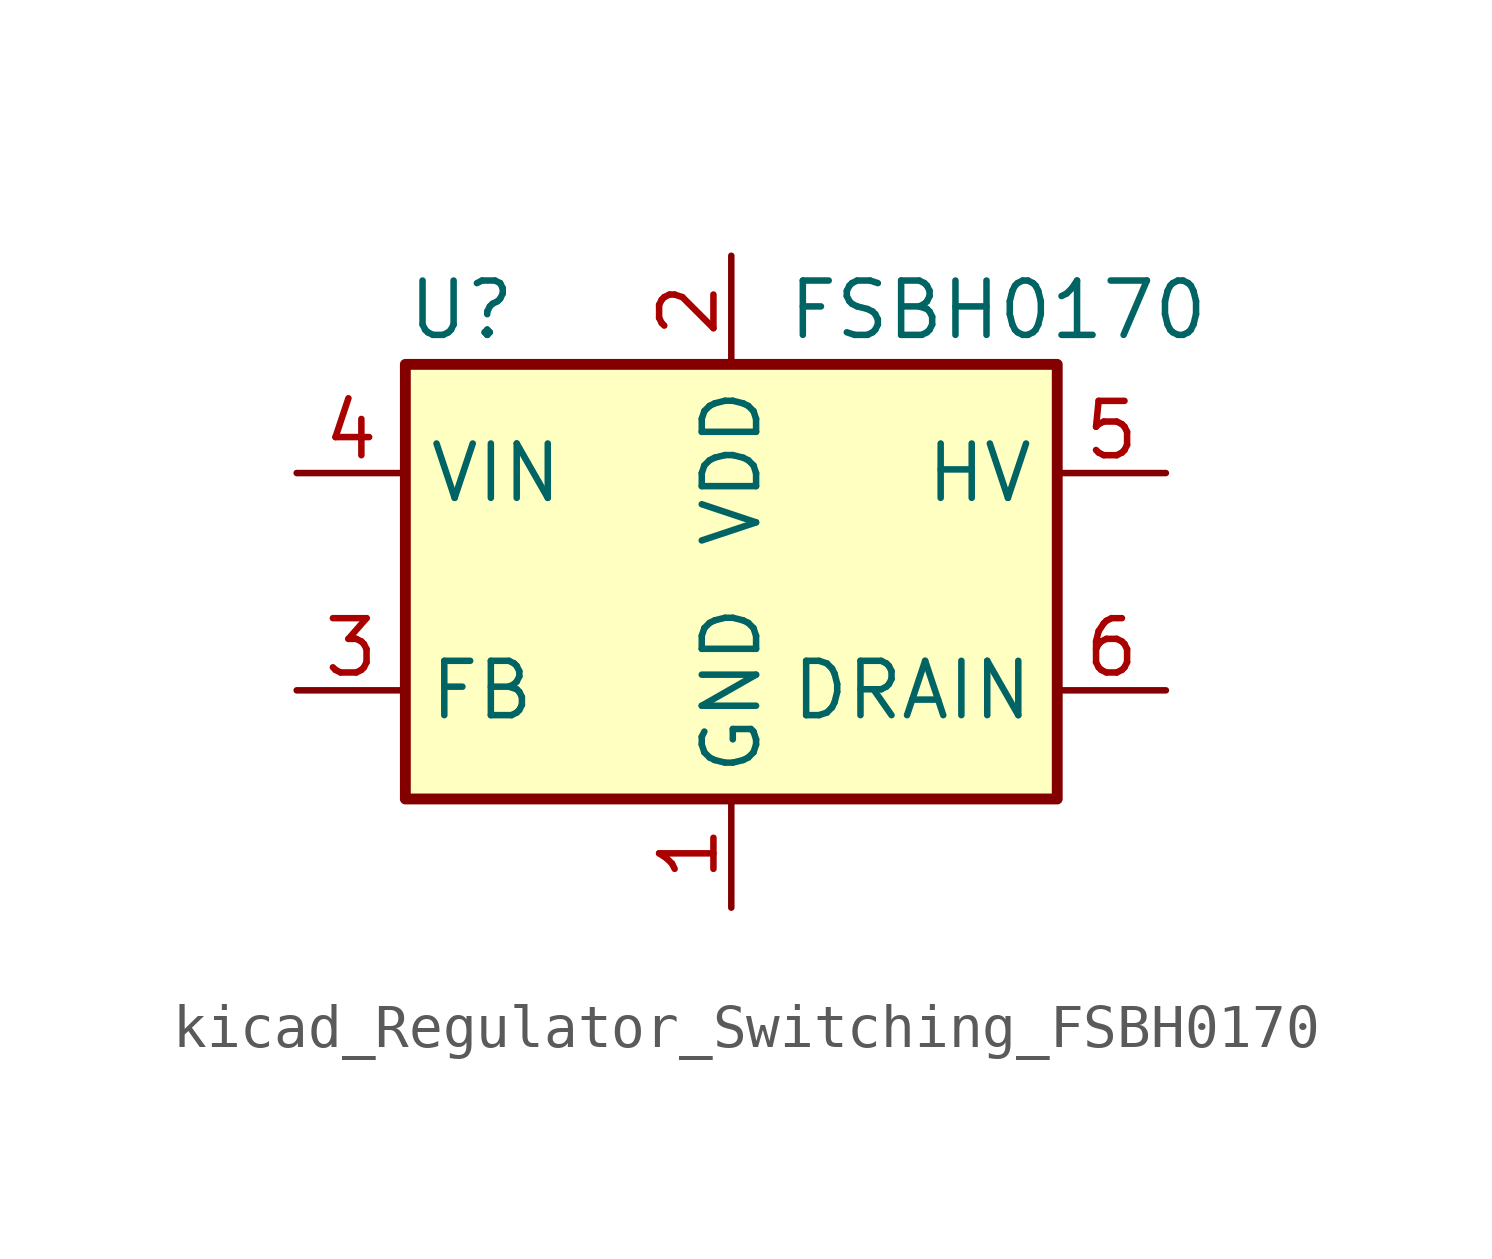
<source format=kicad_sym>
(kicad_symbol_lib
  (version 20220914)
  (generator kicad_symbol_editor)
  (symbol "kicad_Regulator_Switching_FSBH0170"
    (property "Reference" "U"
      (at -7.62 6.35 0)
      (effects (font (size 1.27 1.27)) (justify left)))
    (property "Value" "FSBH0170"
      (at 1.27 6.35 0)
      (effects (font (size 1.27 1.27)) (justify left)))
    (symbol "kicad_Regulator_Switching_FSBH0170_0_1"
      (rectangle (start -7.62 5.08) (end 7.62 -5.08) (stroke (width 0.254) (type default)) (fill (type background))))
    (symbol "kicad_Regulator_Switching_FSBH0170_1_1"
      (pin power_in line (at 0 -7.62 90) (length 2.54) (name "GND" (effects (font (size 1.27 1.27)))) (number "1" (effects (font (size 1.27 1.27)))))
      (pin power_in line (at 0 7.62 270) (length 2.54) (name "VDD" (effects (font (size 1.27 1.27)))) (number "2" (effects (font (size 1.27 1.27)))))
      (pin input line (at -10.16 -2.54 0) (length 2.54) (name "FB" (effects (font (size 1.27 1.27)))) (number "3" (effects (font (size 1.27 1.27)))))
      (pin input line (at -10.16 2.54 0) (length 2.54) (name "VIN" (effects (font (size 1.27 1.27)))) (number "4" (effects (font (size 1.27 1.27)))))
      (pin input line (at 10.16 2.54 180) (length 2.54) (name "HV" (effects (font (size 1.27 1.27)))) (number "5" (effects (font (size 1.27 1.27)))))
      (pin open_collector line (at 10.16 -2.54 180) (length 2.54) (name "DRAIN" (effects (font (size 1.27 1.27)))) (number "6" (effects (font (size 1.27 1.27)))))
      (pin open_collector line (at 10.16 -2.54 180) (length 2.54) hide (name "DRAIN" (effects (font (size 1.27 1.27)))) (number "7" (effects (font (size 1.27 1.27)))))
      (pin open_collector line (at 10.16 -2.54 180) (length 2.54) hide (name "DRAIN" (effects (font (size 1.27 1.27)))) (number "8" (effects (font (size 1.27 1.27))))))))
</source>
